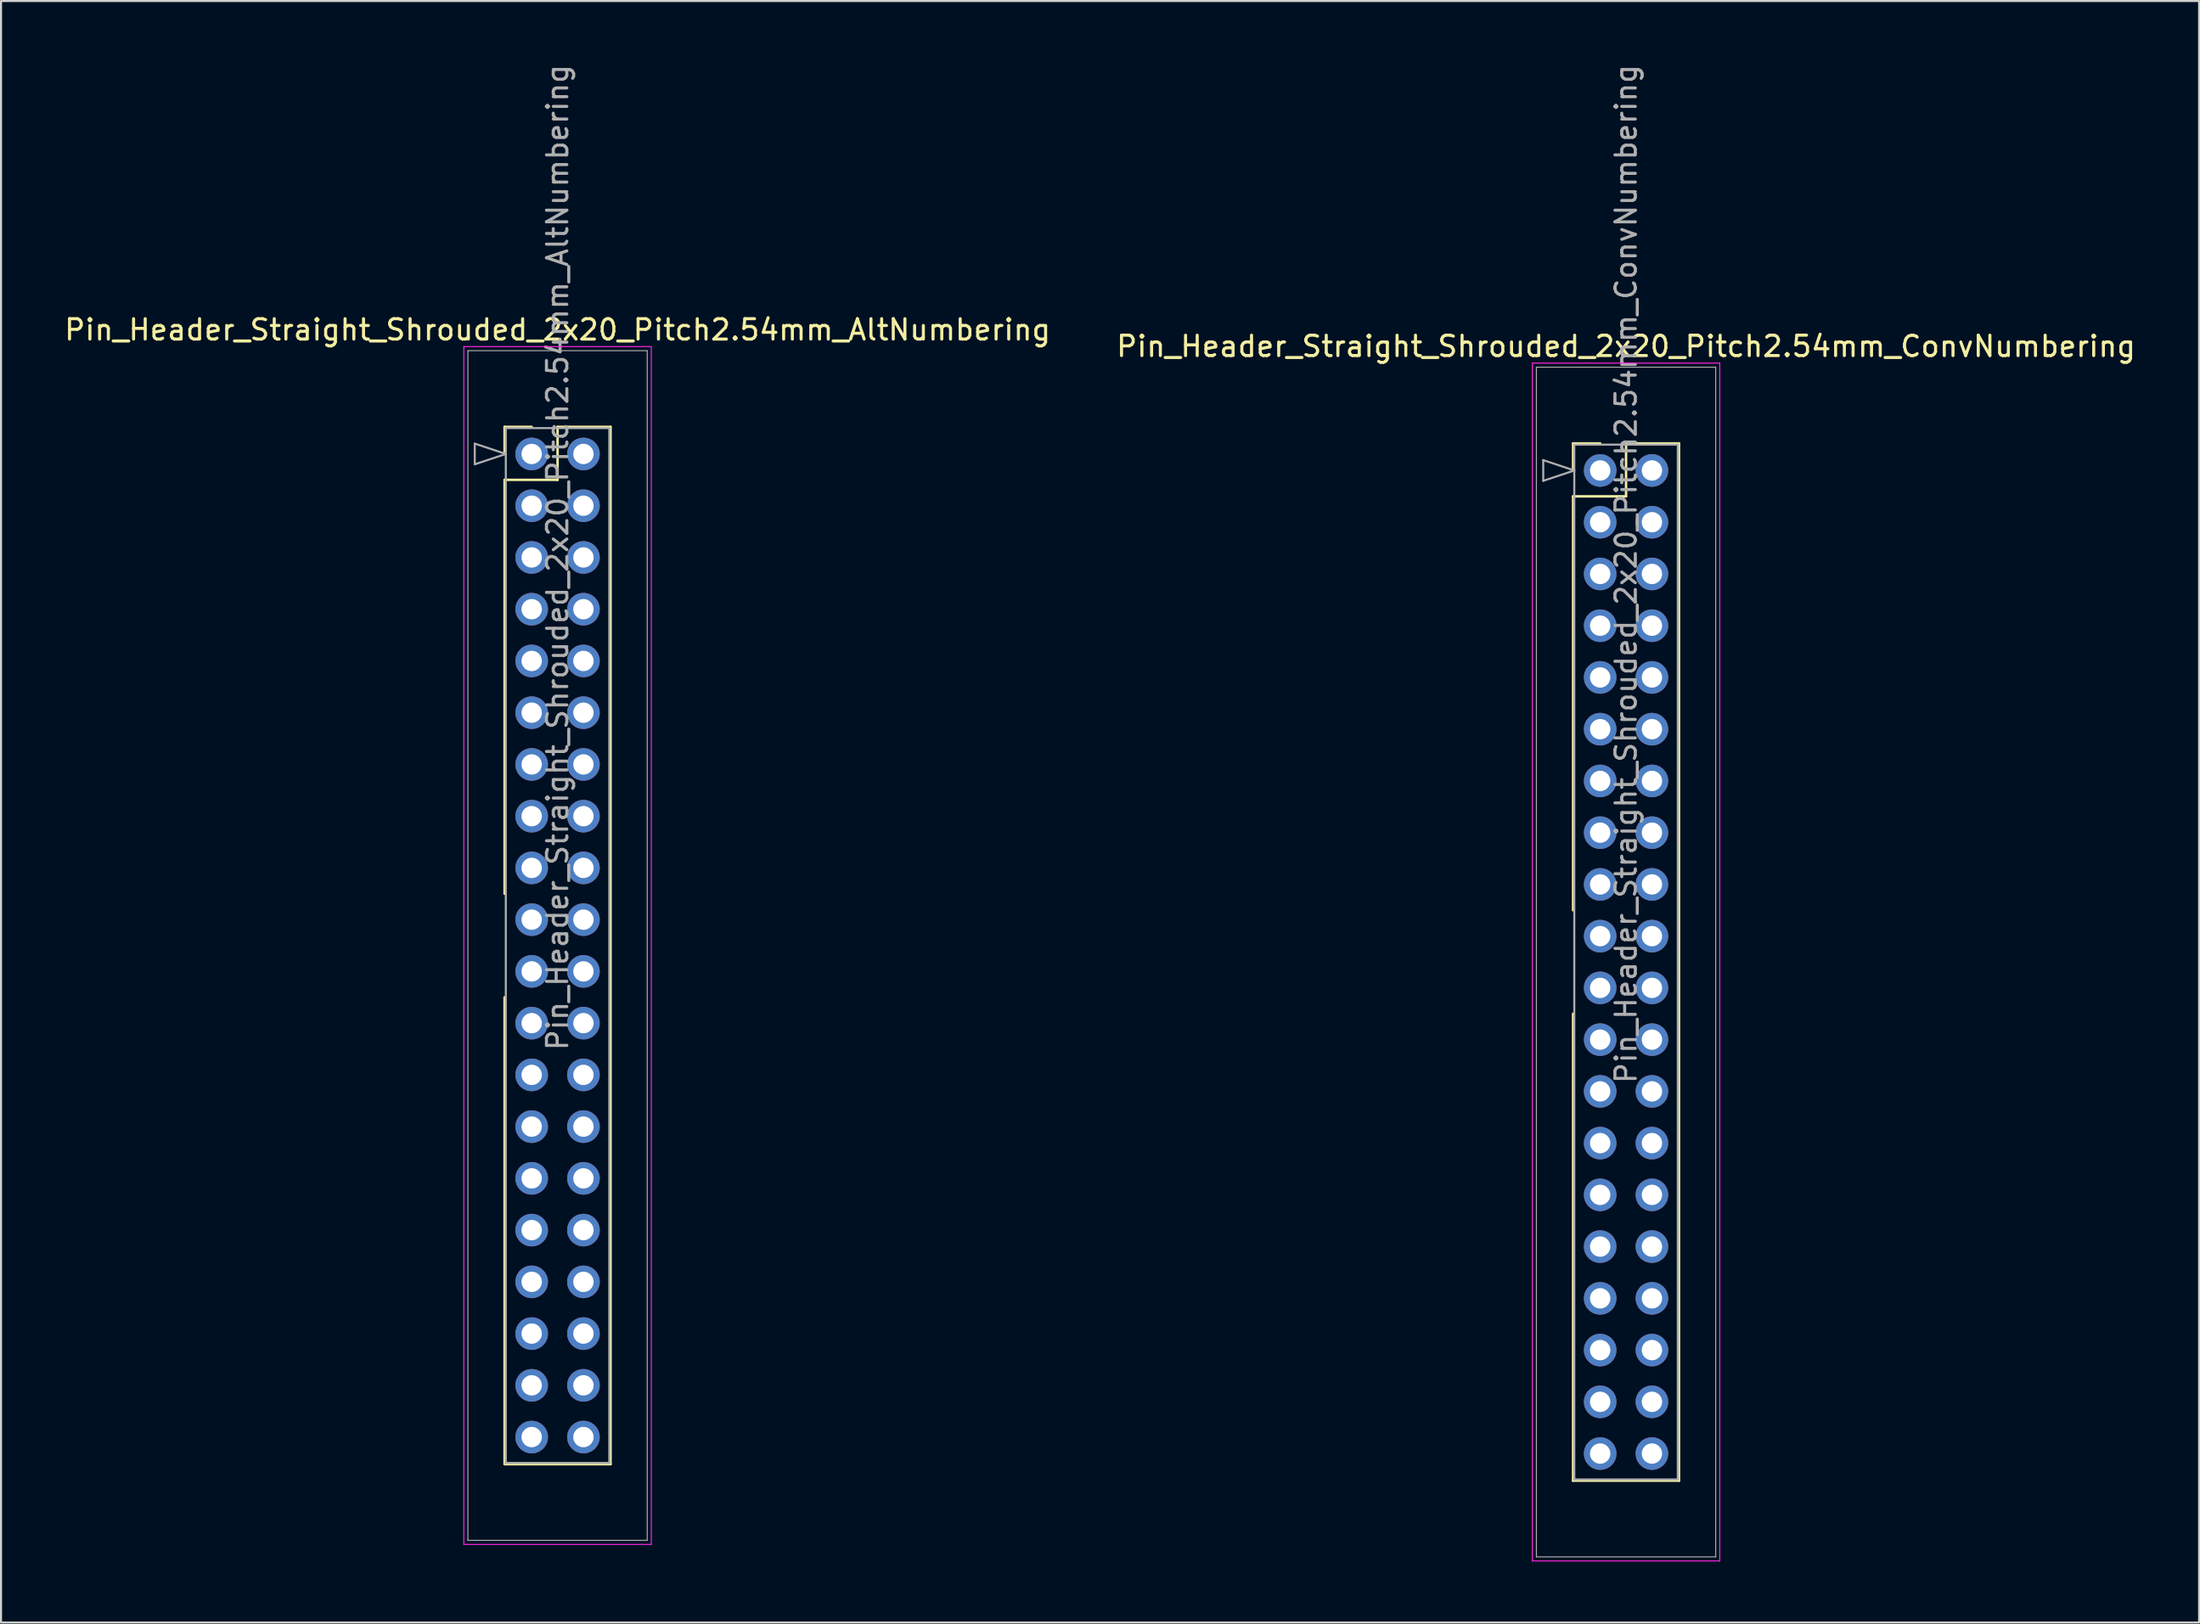
<source format=kicad_pcb>
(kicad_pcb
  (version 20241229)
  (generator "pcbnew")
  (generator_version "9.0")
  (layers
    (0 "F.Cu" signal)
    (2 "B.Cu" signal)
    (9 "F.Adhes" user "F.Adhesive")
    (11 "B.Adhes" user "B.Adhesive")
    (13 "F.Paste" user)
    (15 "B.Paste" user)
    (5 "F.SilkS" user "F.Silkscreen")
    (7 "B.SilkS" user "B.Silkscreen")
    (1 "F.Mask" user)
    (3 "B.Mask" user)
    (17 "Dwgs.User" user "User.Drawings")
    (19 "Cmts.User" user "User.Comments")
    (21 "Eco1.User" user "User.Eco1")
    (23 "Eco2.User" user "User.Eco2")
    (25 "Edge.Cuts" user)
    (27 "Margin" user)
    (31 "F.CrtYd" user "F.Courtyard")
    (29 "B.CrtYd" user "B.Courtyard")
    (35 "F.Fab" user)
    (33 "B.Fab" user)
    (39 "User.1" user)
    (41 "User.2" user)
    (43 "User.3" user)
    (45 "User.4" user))
  (footprint "Pin_Header_Straight_Shrouded_2x20_Pitch2.54mm_ConvNumbering"
    (layer "F.Cu")
    (at 75.486 20.045)
    (property "Reference" "Pin_Header_Straight_Shrouded_2x20_Pitch2.54mm_ConvNumbering" (at 1.27 -6.096 0) (layer "F.SilkS") (effects (font (size 1 1) (thickness 0.15))))
    (attr through_hole)
    (fp_line (start -1.33 -1.33) (end 0 -1.33) (stroke (width 0.12) (type solid)) (layer "F.SilkS"))
    (fp_line (start -1.33 0) (end -1.33 -1.33) (stroke (width 0.12) (type solid)) (layer "F.SilkS"))
    (fp_line (start -1.33 1.27) (end -1.33 21.59) (stroke (width 0.12) (type solid)) (layer "F.SilkS"))
    (fp_line (start -1.33 1.27) (end 1.27 1.27) (stroke (width 0.12) (type solid)) (layer "F.SilkS"))
    (fp_line (start -1.33 26.67) (end -1.33 49.59) (stroke (width 0.12) (type solid)) (layer "F.SilkS"))
    (fp_line (start -1.33 49.59) (end 3.87 49.59) (stroke (width 0.12) (type solid)) (layer "F.SilkS"))
    (fp_line (start 1.27 -1.33) (end 3.87 -1.33) (stroke (width 0.12) (type solid)) (layer "F.SilkS"))
    (fp_line (start 1.27 1.27) (end 1.27 -1.33) (stroke (width 0.12) (type solid)) (layer "F.SilkS"))
    (fp_line (start 3.87 -1.33) (end 3.87 49.59) (stroke (width 0.12) (type solid)) (layer "F.SilkS"))
    (fp_line (start -3.33 -5.27) (end -3.33 53.53) (stroke (width 0.05) (type solid)) (layer "F.CrtYd"))
    (fp_line (start -3.33 53.53) (end 5.87 53.53) (stroke (width 0.05) (type solid)) (layer "F.CrtYd"))
    (fp_line (start 5.87 -5.27) (end -3.33 -5.27) (stroke (width 0.05) (type solid)) (layer "F.CrtYd"))
    (fp_line (start 5.87 53.53) (end 5.87 -5.27) (stroke (width 0.05) (type solid)) (layer "F.CrtYd"))
    (fp_line (start -3.13 -5.07) (end -3.13 53.33) (stroke (width 0.05) (type solid)) (layer "F.Fab"))
    (fp_line (start -3.13 53.33) (end 5.67 53.33) (stroke (width 0.05) (type solid)) (layer "F.Fab"))
    (fp_line (start -2.794 -0.508) (end -1.27 0) (stroke (width 0.1) (type solid)) (layer "F.Fab"))
    (fp_line (start -2.794 0.508) (end -2.794 -0.508) (stroke (width 0.1) (type solid)) (layer "F.Fab"))
    (fp_line (start -1.27 -1.27) (end -1.27 49.53) (stroke (width 0.1) (type solid)) (layer "F.Fab"))
    (fp_line (start -1.27 0) (end -2.794 0.508) (stroke (width 0.1) (type solid)) (layer "F.Fab"))
    (fp_line (start -1.27 49.53) (end 3.81 49.53) (stroke (width 0.1) (type solid)) (layer "F.Fab"))
    (fp_line (start 3.81 -1.27) (end -1.27 -1.27) (stroke (width 0.1) (type solid)) (layer "F.Fab"))
    (fp_line (start 3.81 49.53) (end 3.81 -1.27) (stroke (width 0.1) (type solid)) (layer "F.Fab"))
    (fp_line (start 5.67 -5.07) (end -3.13 -5.07) (stroke (width 0.05) (type solid)) (layer "F.Fab"))
    (fp_line (start 5.67 53.33) (end 5.67 -5.07) (stroke (width 0.05) (type solid)) (layer "F.Fab"))
    (fp_text user "${REFERENCE}" (at 1.27 5.08 90) (layer "F.Fab") (effects (font (size 1 1) (thickness 0.15))))
    (pad "1" thru_hole oval (at 0 0) (size 1.6 1.6) (drill 1) (layers "*.Cu" "*.Mask"))
    (pad "2" thru_hole oval (at 2.54 0) (size 1.6 1.6) (drill 1) (layers "*.Cu" "*.Mask"))
    (pad "3" thru_hole oval (at 0 2.54) (size 1.6 1.6) (drill 1) (layers "*.Cu" "*.Mask"))
    (pad "4" thru_hole oval (at 2.54 2.54) (size 1.6 1.6) (drill 1) (layers "*.Cu" "*.Mask"))
    (pad "5" thru_hole oval (at 0 5.08) (size 1.6 1.6) (drill 1) (layers "*.Cu" "*.Mask"))
    (pad "6" thru_hole oval (at 2.54 5.08) (size 1.6 1.6) (drill 1) (layers "*.Cu" "*.Mask"))
    (pad "7" thru_hole oval (at 0 7.62) (size 1.6 1.6) (drill 1) (layers "*.Cu" "*.Mask"))
    (pad "8" thru_hole oval (at 2.54 7.62) (size 1.6 1.6) (drill 1) (layers "*.Cu" "*.Mask"))
    (pad "9" thru_hole oval (at 0 10.16) (size 1.6 1.6) (drill 1) (layers "*.Cu" "*.Mask"))
    (pad "10" thru_hole oval (at 2.54 10.16) (size 1.6 1.6) (drill 1) (layers "*.Cu" "*.Mask"))
    (pad "11" thru_hole oval (at 0 12.7) (size 1.6 1.6) (drill 1) (layers "*.Cu" "*.Mask"))
    (pad "12" thru_hole oval (at 2.54 12.7) (size 1.6 1.6) (drill 1) (layers "*.Cu" "*.Mask"))
    (pad "13" thru_hole oval (at 0 15.24) (size 1.6 1.6) (drill 1) (layers "*.Cu" "*.Mask"))
    (pad "14" thru_hole oval (at 2.54 15.24) (size 1.6 1.6) (drill 1) (layers "*.Cu" "*.Mask"))
    (pad "15" thru_hole oval (at 0 17.78) (size 1.6 1.6) (drill 1) (layers "*.Cu" "*.Mask"))
    (pad "16" thru_hole oval (at 2.54 17.78) (size 1.6 1.6) (drill 1) (layers "*.Cu" "*.Mask"))
    (pad "17" thru_hole oval (at 0 20.32) (size 1.6 1.6) (drill 1) (layers "*.Cu" "*.Mask"))
    (pad "18" thru_hole oval (at 2.54 20.32) (size 1.6 1.6) (drill 1) (layers "*.Cu" "*.Mask"))
    (pad "19" thru_hole oval (at 0 22.86) (size 1.6 1.6) (drill 1) (layers "*.Cu" "*.Mask"))
    (pad "20" thru_hole oval (at 2.54 22.86) (size 1.6 1.6) (drill 1) (layers "*.Cu" "*.Mask"))
    (pad "21" thru_hole oval (at 0 25.4) (size 1.6 1.6) (drill 1) (layers "*.Cu" "*.Mask"))
    (pad "22" thru_hole oval (at 2.54 25.4) (size 1.6 1.6) (drill 1) (layers "*.Cu" "*.Mask"))
    (pad "23" thru_hole oval (at 0 27.94) (size 1.6 1.6) (drill 1) (layers "*.Cu" "*.Mask"))
    (pad "24" thru_hole oval (at 2.54 27.94) (size 1.6 1.6) (drill 1) (layers "*.Cu" "*.Mask"))
    (pad "25" thru_hole oval (at 0 30.48) (size 1.6 1.6) (drill 1) (layers "*.Cu" "*.Mask"))
    (pad "26" thru_hole oval (at 2.54 30.48) (size 1.6 1.6) (drill 1) (layers "*.Cu" "*.Mask"))
    (pad "27" thru_hole oval (at 0 33.02) (size 1.6 1.6) (drill 1) (layers "*.Cu" "*.Mask"))
    (pad "28" thru_hole oval (at 2.54 33.02) (size 1.6 1.6) (drill 1) (layers "*.Cu" "*.Mask"))
    (pad "29" thru_hole oval (at 0 35.56) (size 1.6 1.6) (drill 1) (layers "*.Cu" "*.Mask"))
    (pad "30" thru_hole oval (at 2.54 35.56) (size 1.6 1.6) (drill 1) (layers "*.Cu" "*.Mask"))
    (pad "31" thru_hole oval (at 0 38.1) (size 1.6 1.6) (drill 1) (layers "*.Cu" "*.Mask"))
    (pad "32" thru_hole oval (at 2.54 38.1) (size 1.6 1.6) (drill 1) (layers "*.Cu" "*.Mask"))
    (pad "33" thru_hole oval (at 0 40.64) (size 1.6 1.6) (drill 1) (layers "*.Cu" "*.Mask"))
    (pad "34" thru_hole oval (at 2.54 40.64) (size 1.6 1.6) (drill 1) (layers "*.Cu" "*.Mask"))
    (pad "35" thru_hole oval (at 0 43.18) (size 1.6 1.6) (drill 1) (layers "*.Cu" "*.Mask"))
    (pad "36" thru_hole oval (at 2.54 43.18) (size 1.6 1.6) (drill 1) (layers "*.Cu" "*.Mask"))
    (pad "37" thru_hole oval (at 0 45.72) (size 1.6 1.6) (drill 1) (layers "*.Cu" "*.Mask"))
    (pad "38" thru_hole oval (at 2.54 45.72) (size 1.6 1.6) (drill 1) (layers "*.Cu" "*.Mask"))
    (pad "39" thru_hole oval (at 0 48.26) (size 1.6 1.6) (drill 1) (layers "*.Cu" "*.Mask"))
    (pad "40" thru_hole oval (at 2.54 48.26) (size 1.6 1.6) (drill 1) (layers "*.Cu" "*.Mask")))
  (footprint "Pin_Header_Straight_Shrouded_2x20_Pitch2.54mm_AltNumbering"
    (layer "F.Cu")
    (at 23.045 19.235)
    (property "Reference" "Pin_Header_Straight_Shrouded_2x20_Pitch2.54mm_AltNumbering" (at 1.27 -6.096 0) (layer "F.SilkS") (effects (font (size 1 1) (thickness 0.15))))
    (attr through_hole)
    (fp_line (start -1.33 -1.33) (end 0 -1.33) (stroke (width 0.12) (type solid)) (layer "F.SilkS"))
    (fp_line (start -1.33 0) (end -1.33 -1.33) (stroke (width 0.12) (type solid)) (layer "F.SilkS"))
    (fp_line (start -1.33 1.27) (end -1.33 21.59) (stroke (width 0.12) (type solid)) (layer "F.SilkS"))
    (fp_line (start -1.33 1.27) (end 1.27 1.27) (stroke (width 0.12) (type solid)) (layer "F.SilkS"))
    (fp_line (start -1.33 26.67) (end -1.33 49.59) (stroke (width 0.12) (type solid)) (layer "F.SilkS"))
    (fp_line (start -1.33 49.59) (end 3.87 49.59) (stroke (width 0.12) (type solid)) (layer "F.SilkS"))
    (fp_line (start 1.27 -1.33) (end 3.87 -1.33) (stroke (width 0.12) (type solid)) (layer "F.SilkS"))
    (fp_line (start 1.27 1.27) (end 1.27 -1.33) (stroke (width 0.12) (type solid)) (layer "F.SilkS"))
    (fp_line (start 3.87 -1.33) (end 3.87 49.59) (stroke (width 0.12) (type solid)) (layer "F.SilkS"))
    (fp_line (start -3.33 -5.27) (end -3.33 53.53) (stroke (width 0.05) (type solid)) (layer "F.CrtYd"))
    (fp_line (start -3.33 53.53) (end 5.87 53.53) (stroke (width 0.05) (type solid)) (layer "F.CrtYd"))
    (fp_line (start 5.87 -5.27) (end -3.33 -5.27) (stroke (width 0.05) (type solid)) (layer "F.CrtYd"))
    (fp_line (start 5.87 53.53) (end 5.87 -5.27) (stroke (width 0.05) (type solid)) (layer "F.CrtYd"))
    (fp_line (start -3.13 -5.07) (end -3.13 53.33) (stroke (width 0.05) (type solid)) (layer "F.Fab"))
    (fp_line (start -3.13 53.33) (end 5.67 53.33) (stroke (width 0.05) (type solid)) (layer "F.Fab"))
    (fp_line (start -2.794 -0.508) (end -1.27 0) (stroke (width 0.1) (type solid)) (layer "F.Fab"))
    (fp_line (start -2.794 0.508) (end -2.794 -0.508) (stroke (width 0.1) (type solid)) (layer "F.Fab"))
    (fp_line (start -1.27 -1.27) (end -1.27 49.53) (stroke (width 0.1) (type solid)) (layer "F.Fab"))
    (fp_line (start -1.27 0) (end -2.794 0.508) (stroke (width 0.1) (type solid)) (layer "F.Fab"))
    (fp_line (start -1.27 49.53) (end 3.81 49.53) (stroke (width 0.1) (type solid)) (layer "F.Fab"))
    (fp_line (start 3.81 -1.27) (end -1.27 -1.27) (stroke (width 0.1) (type solid)) (layer "F.Fab"))
    (fp_line (start 3.81 49.53) (end 3.81 -1.27) (stroke (width 0.1) (type solid)) (layer "F.Fab"))
    (fp_line (start 5.67 -5.07) (end -3.13 -5.07) (stroke (width 0.05) (type solid)) (layer "F.Fab"))
    (fp_line (start 5.67 53.33) (end 5.67 -5.07) (stroke (width 0.05) (type solid)) (layer "F.Fab"))
    (fp_text user "${REFERENCE}" (at 1.27 5.08 90) (layer "F.Fab") (effects (font (size 1 1) (thickness 0.15))))
    (pad "1" thru_hole oval (at 0 0) (size 1.6 1.6) (drill 1) (layers "*.Cu" "*.Mask"))
    (pad "2" thru_hole oval (at 0 2.54) (size 1.6 1.6) (drill 1) (layers "*.Cu" "*.Mask"))
    (pad "3" thru_hole oval (at 0 5.08) (size 1.6 1.6) (drill 1) (layers "*.Cu" "*.Mask"))
    (pad "4" thru_hole oval (at 0 7.62) (size 1.6 1.6) (drill 1) (layers "*.Cu" "*.Mask"))
    (pad "5" thru_hole oval (at 0 10.16) (size 1.6 1.6) (drill 1) (layers "*.Cu" "*.Mask"))
    (pad "6" thru_hole oval (at 0 12.7) (size 1.6 1.6) (drill 1) (layers "*.Cu" "*.Mask"))
    (pad "7" thru_hole oval (at 0 15.24) (size 1.6 1.6) (drill 1) (layers "*.Cu" "*.Mask"))
    (pad "8" thru_hole oval (at 0 17.78) (size 1.6 1.6) (drill 1) (layers "*.Cu" "*.Mask"))
    (pad "9" thru_hole oval (at 0 20.32) (size 1.6 1.6) (drill 1) (layers "*.Cu" "*.Mask"))
    (pad "10" thru_hole oval (at 0 22.86) (size 1.6 1.6) (drill 1) (layers "*.Cu" "*.Mask"))
    (pad "11" thru_hole oval (at 0 25.4) (size 1.6 1.6) (drill 1) (layers "*.Cu" "*.Mask"))
    (pad "12" thru_hole oval (at 0 27.94) (size 1.6 1.6) (drill 1) (layers "*.Cu" "*.Mask"))
    (pad "13" thru_hole oval (at 0 30.48) (size 1.6 1.6) (drill 1) (layers "*.Cu" "*.Mask"))
    (pad "14" thru_hole oval (at 0 33.02) (size 1.6 1.6) (drill 1) (layers "*.Cu" "*.Mask"))
    (pad "15" thru_hole oval (at 0 35.56) (size 1.6 1.6) (drill 1) (layers "*.Cu" "*.Mask"))
    (pad "16" thru_hole oval (at 0 38.1) (size 1.6 1.6) (drill 1) (layers "*.Cu" "*.Mask"))
    (pad "17" thru_hole oval (at 0 40.64) (size 1.6 1.6) (drill 1) (layers "*.Cu" "*.Mask"))
    (pad "18" thru_hole oval (at 0 43.18) (size 1.6 1.6) (drill 1) (layers "*.Cu" "*.Mask"))
    (pad "19" thru_hole oval (at 0 45.72) (size 1.6 1.6) (drill 1) (layers "*.Cu" "*.Mask"))
    (pad "20" thru_hole oval (at 0 48.26) (size 1.6 1.6) (drill 1) (layers "*.Cu" "*.Mask"))
    (pad "21" thru_hole oval (at 2.54 0) (size 1.6 1.6) (drill 1) (layers "*.Cu" "*.Mask"))
    (pad "22" thru_hole oval (at 2.54 2.54) (size 1.6 1.6) (drill 1) (layers "*.Cu" "*.Mask"))
    (pad "23" thru_hole oval (at 2.54 5.08) (size 1.6 1.6) (drill 1) (layers "*.Cu" "*.Mask"))
    (pad "24" thru_hole oval (at 2.54 7.62) (size 1.6 1.6) (drill 1) (layers "*.Cu" "*.Mask"))
    (pad "25" thru_hole oval (at 2.54 10.16) (size 1.6 1.6) (drill 1) (layers "*.Cu" "*.Mask"))
    (pad "26" thru_hole oval (at 2.54 12.7) (size 1.6 1.6) (drill 1) (layers "*.Cu" "*.Mask"))
    (pad "27" thru_hole oval (at 2.54 15.24) (size 1.6 1.6) (drill 1) (layers "*.Cu" "*.Mask"))
    (pad "28" thru_hole oval (at 2.54 17.78) (size 1.6 1.6) (drill 1) (layers "*.Cu" "*.Mask"))
    (pad "29" thru_hole oval (at 2.54 20.32) (size 1.6 1.6) (drill 1) (layers "*.Cu" "*.Mask"))
    (pad "30" thru_hole oval (at 2.54 22.86) (size 1.6 1.6) (drill 1) (layers "*.Cu" "*.Mask"))
    (pad "31" thru_hole oval (at 2.54 25.4) (size 1.6 1.6) (drill 1) (layers "*.Cu" "*.Mask"))
    (pad "32" thru_hole oval (at 2.54 27.94) (size 1.6 1.6) (drill 1) (layers "*.Cu" "*.Mask"))
    (pad "33" thru_hole oval (at 2.54 30.48) (size 1.6 1.6) (drill 1) (layers "*.Cu" "*.Mask"))
    (pad "34" thru_hole oval (at 2.54 33.02) (size 1.6 1.6) (drill 1) (layers "*.Cu" "*.Mask"))
    (pad "35" thru_hole oval (at 2.54 35.56) (size 1.6 1.6) (drill 1) (layers "*.Cu" "*.Mask"))
    (pad "36" thru_hole oval (at 2.54 38.1) (size 1.6 1.6) (drill 1) (layers "*.Cu" "*.Mask"))
    (pad "37" thru_hole oval (at 2.54 40.64) (size 1.6 1.6) (drill 1) (layers "*.Cu" "*.Mask"))
    (pad "38" thru_hole oval (at 2.54 43.18) (size 1.6 1.6) (drill 1) (layers "*.Cu" "*.Mask"))
    (pad "39" thru_hole oval (at 2.54 45.72) (size 1.6 1.6) (drill 1) (layers "*.Cu" "*.Mask"))
    (pad "40" thru_hole oval (at 2.54 48.26) (size 1.6 1.6) (drill 1) (layers "*.Cu" "*.Mask")))
  (gr_rect
    (start -3 -3)
    (end 104.881 76.6)
    (stroke (width 0.1) (type default))
    (fill no)
    (layer "Edge.Cuts")))
</source>
